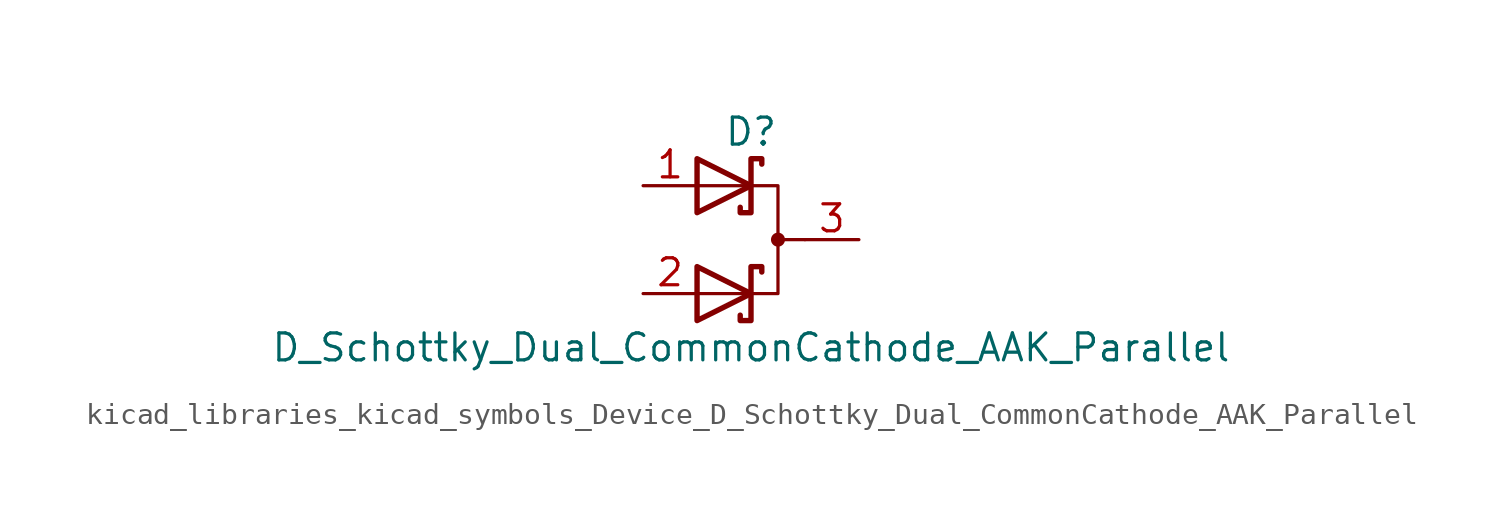
<source format=kicad_sym>
(kicad_symbol_lib
  (version 20220914)
  (generator kicad_symbol_editor)
  (symbol "kicad_libraries_kicad_symbols_Device_D_Schottky_Dual_CommonCathode_AAK_Parallel"
    (pin_names
      (offset 0.762) hide)
    (property "Reference" "D"
      (at 0 5.08 0)
      (effects (font (size 1.27 1.27))))
    (property "Value" "D_Schottky_Dual_CommonCathode_AAK_Parallel"
      (at 0 -5.08 0)
      (effects (font (size 1.27 1.27))))
    (symbol "kicad_libraries_kicad_symbols_Device_D_Schottky_Dual_CommonCathode_AAK_Parallel_0_1"
      (polyline (pts (xy 1.27 0) (xy 2.54 0)) (stroke (width 0) (type default)) (fill (type none)))
      (polyline (pts (xy -2.54 -2.54) (xy 1.27 -2.54) (xy 1.27 2.54) (xy -2.54 2.54)) (stroke (width 0) (type default)) (fill (type none)))
      (polyline (pts (xy -2.54 -1.27) (xy 0 -2.54) (xy -2.54 -3.81) (xy -2.54 -1.27) (xy -2.54 -1.27) (xy -2.54 -1.27)) (stroke (width 0.254) (type default)) (fill (type none)))
      (polyline (pts (xy -2.54 3.81) (xy 0 2.54) (xy -2.54 1.27) (xy -2.54 3.81) (xy -2.54 3.81) (xy -2.54 3.81)) (stroke (width 0.254) (type default)) (fill (type none)))
      (polyline (pts (xy 0.508 -1.524) (xy 0.508 -1.27) (xy 0 -1.27) (xy 0 -3.81) (xy -0.508 -3.81) (xy -0.508 -3.556)) (stroke (width 0.254) (type default)) (fill (type none)))
      (polyline (pts (xy 0.508 3.556) (xy 0.508 3.81) (xy 0 3.81) (xy 0 1.27) (xy -0.508 1.27) (xy -0.508 1.524)) (stroke (width 0.254) (type default)) (fill (type none)))
      (circle (center 1.27 0) (radius 0.254) (stroke (width 0) (type default)) (fill (type outline)))
      (pin passive line (at -5.08 2.54 0) (length 2.54) (name "K" (effects (font (size 1.27 1.27)))) (number "1" (effects (font (size 1.27 1.27)))))
      (pin passive line (at -5.08 -2.54 0) (length 2.54) (name "K" (effects (font (size 1.27 1.27)))) (number "2" (effects (font (size 1.27 1.27)))))
      (pin passive line (at 5.08 0 180) (length 2.54) (name "A" (effects (font (size 1.27 1.27)))) (number "3" (effects (font (size 1.27 1.27))))))))
</source>
